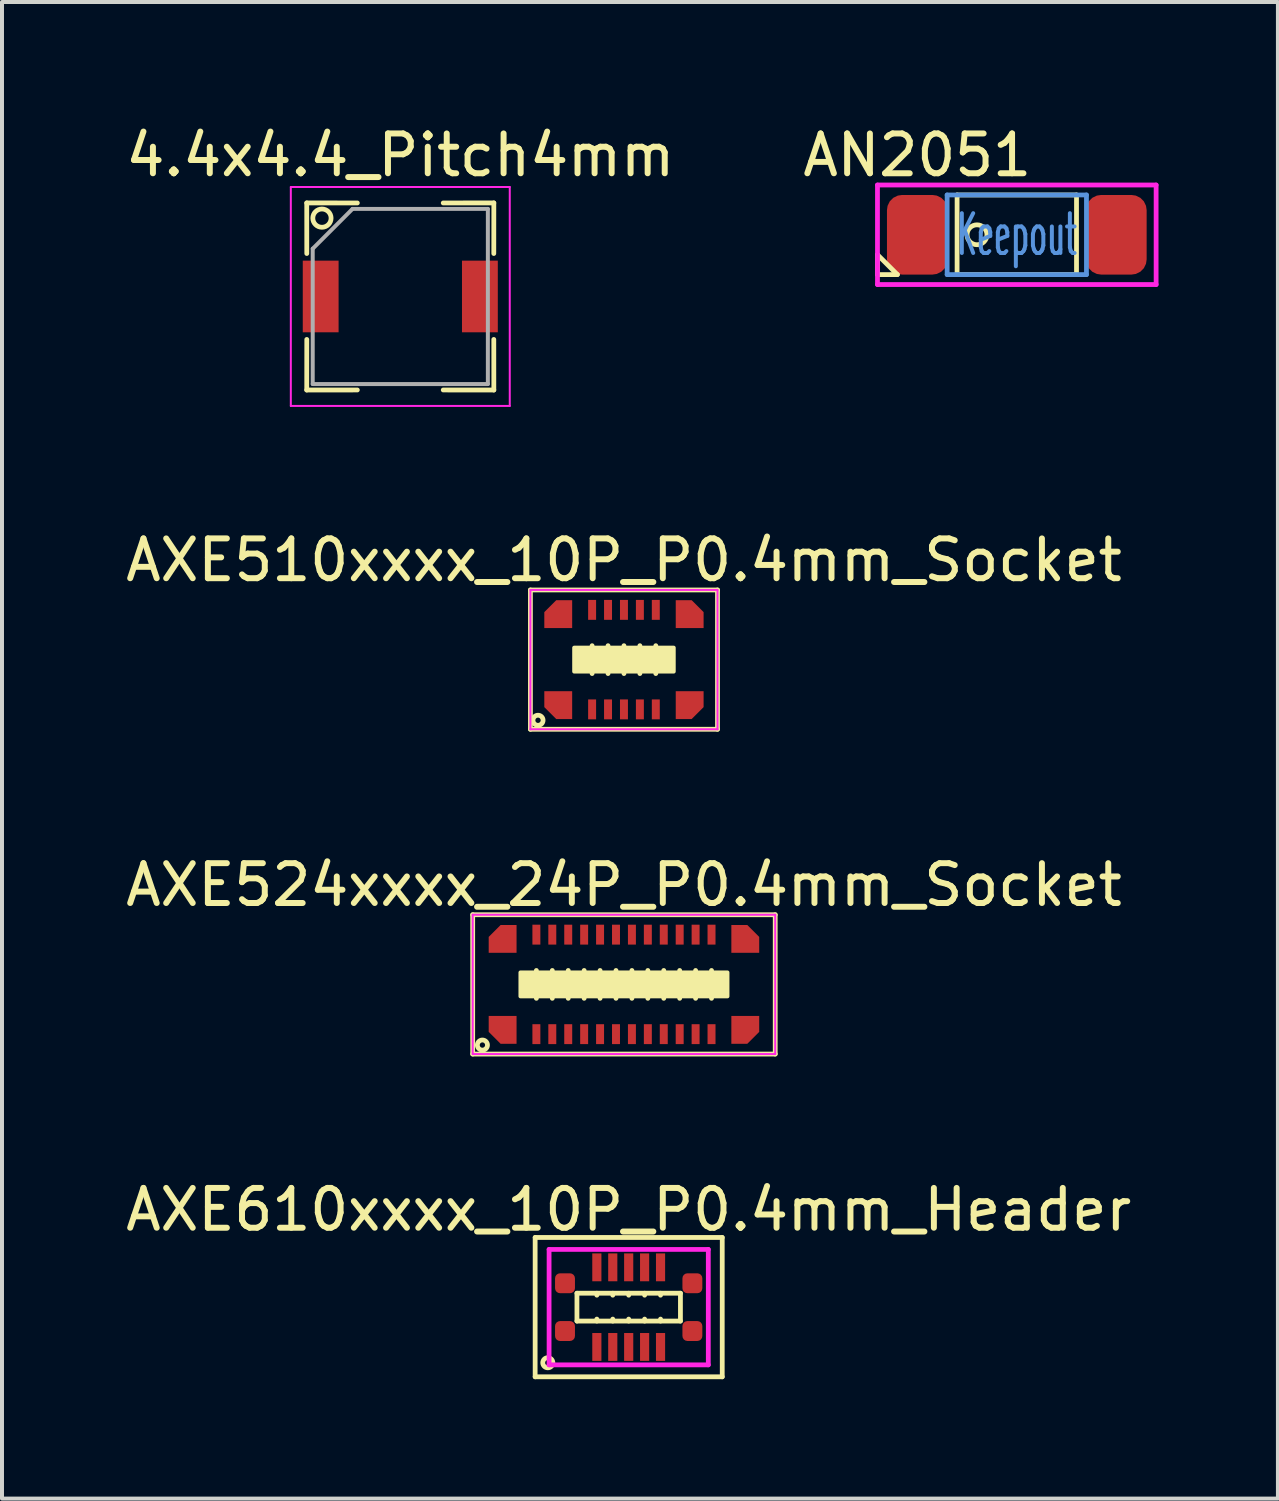
<source format=kicad_pcb>
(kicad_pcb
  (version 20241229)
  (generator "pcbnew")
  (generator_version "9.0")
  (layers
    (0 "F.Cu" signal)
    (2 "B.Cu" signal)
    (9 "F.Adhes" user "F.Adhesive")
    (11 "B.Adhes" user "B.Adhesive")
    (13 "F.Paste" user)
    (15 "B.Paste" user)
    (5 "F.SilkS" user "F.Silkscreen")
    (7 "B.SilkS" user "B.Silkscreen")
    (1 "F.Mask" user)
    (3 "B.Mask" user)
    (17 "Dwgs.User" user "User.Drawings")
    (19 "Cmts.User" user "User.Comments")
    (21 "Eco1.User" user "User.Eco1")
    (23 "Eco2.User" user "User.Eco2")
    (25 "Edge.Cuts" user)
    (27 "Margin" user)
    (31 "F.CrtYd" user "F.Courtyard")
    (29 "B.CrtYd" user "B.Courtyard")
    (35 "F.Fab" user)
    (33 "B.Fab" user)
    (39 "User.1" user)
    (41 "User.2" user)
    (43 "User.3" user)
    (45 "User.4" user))
  (footprint "AXE510xxxx_10P_P0.4mm_Socket"
    (layer "F.Cu")
    (at 12.625 13.521)
    (property "Reference" "AXE510xxxx_10P_P0.4mm_Socket" (at 0 -2.5 180) (layer "F.SilkS") (effects (font (size 1 1) (thickness 0.15))))
    (attr smd)
    (fp_line (start -2.35 -1.75) (end 2.35 -1.75) (stroke (width 0.12) (type solid)) (layer "F.SilkS"))
    (fp_line (start -2.35 1.75) (end -2.35 -1.75) (stroke (width 0.12) (type solid)) (layer "F.SilkS"))
    (fp_line (start -0.8 -0.3) (end -0.8 -0.35) (stroke (width 0.12) (type solid)) (layer "F.SilkS"))
    (fp_line (start -0.8 0.3) (end -0.8 0.35) (stroke (width 0.12) (type solid)) (layer "F.SilkS"))
    (fp_line (start -0.4 -0.3) (end -0.4 -0.35) (stroke (width 0.12) (type solid)) (layer "F.SilkS"))
    (fp_line (start -0.4 0.3) (end -0.4 0.35) (stroke (width 0.12) (type solid)) (layer "F.SilkS"))
    (fp_line (start 0 -0.3) (end 0 -0.35) (stroke (width 0.12) (type solid)) (layer "F.SilkS"))
    (fp_line (start 0 0.3) (end 0 0.35) (stroke (width 0.12) (type solid)) (layer "F.SilkS"))
    (fp_line (start 0.4 -0.3) (end 0.4 -0.35) (stroke (width 0.12) (type solid)) (layer "F.SilkS"))
    (fp_line (start 0.4 0.3) (end 0.4 0.35) (stroke (width 0.12) (type solid)) (layer "F.SilkS"))
    (fp_line (start 0.8 -0.3) (end 0.8 -0.35) (stroke (width 0.12) (type solid)) (layer "F.SilkS"))
    (fp_line (start 0.8 0.3) (end 0.8 0.35) (stroke (width 0.12) (type solid)) (layer "F.SilkS"))
    (fp_line (start 2.35 -1.75) (end 2.35 1.75) (stroke (width 0.12) (type solid)) (layer "F.SilkS"))
    (fp_line (start 2.35 1.75) (end -2.35 1.75) (stroke (width 0.12) (type solid)) (layer "F.SilkS"))
    (fp_circle (center -2.159 1.524) (end -2.159 1.651) (stroke (width 0.12) (type solid)) (fill no) (layer "F.SilkS"))
    (fp_poly (pts (xy 1.25 0.3) (xy -1.25 0.3) (xy -1.25 -0.3) (xy 1.25 -0.3)) (stroke (width 0.1) (type solid)) (fill yes) (layer "F.SilkS"))
    (fp_line (start -2.35 -1.75) (end 2.35 -1.75) (stroke (width 0.05) (type solid)) (layer "F.CrtYd"))
    (fp_line (start -2.35 1.75) (end -2.35 -1.75) (stroke (width 0.05) (type solid)) (layer "F.CrtYd"))
    (fp_line (start 2.35 -1.75) (end 2.35 1.75) (stroke (width 0.05) (type solid)) (layer "F.CrtYd"))
    (fp_line (start 2.35 1.75) (end -2.35 1.75) (stroke (width 0.05) (type solid)) (layer "F.CrtYd"))
    (pad "1" smd rect (at -0.8 1.25) (size 0.2 0.5) (layers "F.Cu" "F.Mask" "F.Paste"))
    (pad "2" smd rect (at -0.4 1.25) (size 0.2 0.5) (layers "F.Cu" "F.Mask" "F.Paste"))
    (pad "3" smd rect (at 0 1.25) (size 0.2 0.5) (layers "F.Cu" "F.Mask" "F.Paste"))
    (pad "4" smd rect (at 0.4 1.25) (size 0.2 0.5) (layers "F.Cu" "F.Mask" "F.Paste"))
    (pad "5" smd rect (at 0.8 1.25) (size 0.2 0.5) (layers "F.Cu" "F.Mask" "F.Paste"))
    (pad "6" smd rect (at 0.8 -1.25 180) (size 0.2 0.5) (layers "F.Cu" "F.Mask" "F.Paste"))
    (pad "7" smd rect (at 0.4 -1.25 180) (size 0.2 0.5) (layers "F.Cu" "F.Mask" "F.Paste"))
    (pad "8" smd rect (at 0 -1.25 180) (size 0.2 0.5) (layers "F.Cu" "F.Mask" "F.Paste"))
    (pad "9" smd rect (at -0.4 -1.25 180) (size 0.2 0.5) (layers "F.Cu" "F.Mask" "F.Paste"))
    (pad "10" smd rect (at -0.8 -1.25 180) (size 0.2 0.5) (layers "F.Cu" "F.Mask" "F.Paste"))
    (pad "MP" smd custom (at -1.651 -1.143) (size 0.1 0.1) (layers "F.Cu" "F.Mask" "F.Paste") (options (anchor rect)) (primitives (gr_poly (pts (xy -0.35 -0.05) (xy -0.35 0.35) (xy 0.35 0.35) (xy 0.35 -0.35) (xy -0.05 -0.35)) (width 0) (fill yes))))
    (pad "MP" smd custom (at -1.651 1.143 90) (size 0.1 0.1) (layers "F.Cu" "F.Mask" "F.Paste") (options (anchor rect)) (primitives (gr_poly (pts (xy -0.35 -0.05) (xy -0.35 0.35) (xy 0.35 0.35) (xy 0.35 -0.35) (xy -0.05 -0.35)) (width 0) (fill yes))))
    (pad "MP" smd custom (at 1.651 -1.143 270) (size 0.1 0.1) (layers "F.Cu" "F.Mask" "F.Paste") (options (anchor rect)) (primitives (gr_poly (pts (xy -0.35 -0.05) (xy -0.35 0.35) (xy 0.35 0.35) (xy 0.35 -0.35) (xy -0.05 -0.35)) (width 0) (fill yes))))
    (pad "MP" smd custom (at 1.651 1.143 180) (size 0.1 0.1) (layers "F.Cu" "F.Mask" "F.Paste") (options (anchor rect)) (primitives (gr_poly (pts (xy -0.35 -0.05) (xy -0.35 0.35) (xy 0.35 0.35) (xy 0.35 -0.35) (xy -0.05 -0.35)) (width 0) (fill yes)))))
  (footprint "AN2051"
    (layer "F.Cu")
    (at 19.994 2.848)
    (property "Reference" "AN2051" (at 0 -2 0) (layer "F.SilkS") (effects (font (size 1 1) (thickness 0.15))))
    (attr through_hole)
    (fp_line (start -1 0.5) (end -1 1) (stroke (width 0.12) (type solid)) (layer "F.SilkS"))
    (fp_line (start -1 1) (end -0.5 1) (stroke (width 0.12) (type solid)) (layer "F.SilkS"))
    (fp_line (start -0.5 1) (end -1 0.5) (stroke (width 0.12) (type solid)) (layer "F.SilkS"))
    (fp_line (start 1 -1) (end 4 -1) (stroke (width 0.12) (type solid)) (layer "F.SilkS"))
    (fp_line (start 1 1) (end 1 -1) (stroke (width 0.12) (type solid)) (layer "F.SilkS"))
    (fp_line (start 4 -1) (end 4 1) (stroke (width 0.12) (type solid)) (layer "F.SilkS"))
    (fp_line (start 4 1) (end 1 1) (stroke (width 0.12) (type solid)) (layer "F.SilkS"))
    (fp_circle (center 1.5 0) (end 1.25 0) (stroke (width 0.12) (type solid)) (fill no) (layer "F.SilkS"))
    (fp_line (start 0.75 -1) (end 0.75 1) (stroke (width 0.12) (type solid)) (layer "Cmts.User"))
    (fp_line (start 0.75 1) (end 4.25 1) (stroke (width 0.12) (type solid)) (layer "Cmts.User"))
    (fp_line (start 4.25 -1) (end 0.75 -1) (stroke (width 0.12) (type solid)) (layer "Cmts.User"))
    (fp_line (start 4.25 1) (end 4.25 -1) (stroke (width 0.12) (type solid)) (layer "Cmts.User"))
    (fp_line (start -1 -1.25) (end 6 -1.25) (stroke (width 0.12) (type solid)) (layer "F.CrtYd"))
    (fp_line (start -1 1.25) (end -1 -1.25) (stroke (width 0.12) (type solid)) (layer "F.CrtYd"))
    (fp_line (start 6 -1.25) (end 6 1.25) (stroke (width 0.12) (type solid)) (layer "F.CrtYd"))
    (fp_line (start 6 1.25) (end -1 1.25) (stroke (width 0.12) (type solid)) (layer "F.CrtYd"))
    (fp_text user "Keepout" (at 2.5 0 0) (layer "Cmts.User") (effects (font (size 1 0.5) (thickness 0.1))))
    (pad "1" smd roundrect (at 0 0) (size 1.524 2) (layers "F.Cu" "F.Mask" "F.Paste") (roundrect_rratio 0.25))
    (pad "2" smd roundrect (at 5 0) (size 1.524 2) (layers "F.Cu" "F.Mask" "F.Paste") (roundrect_rratio 0.25)))
  (footprint "AXE610xxxx_10P_P0.4mm_Header"
    (layer "F.Cu")
    (at 12.744 29.788)
    (property "Reference" "AXE610xxxx_10P_P0.4mm_Header" (at 0 -2.45 180) (layer "F.SilkS") (effects (font (size 1 1) (thickness 0.15))))
    (attr smd)
    (fp_line (start -2.35 -1.75) (end 2.35 -1.75) (stroke (width 0.12) (type solid)) (layer "F.SilkS"))
    (fp_line (start -2.35 1.75) (end -2.35 -1.75) (stroke (width 0.12) (type solid)) (layer "F.SilkS"))
    (fp_line (start -1.3 -0.35) (end -1.3 0.35) (stroke (width 0.12) (type solid)) (layer "F.SilkS"))
    (fp_line (start -1.3 0.35) (end 1.3 0.35) (stroke (width 0.12) (type solid)) (layer "F.SilkS"))
    (fp_line (start -0.8 -0.35) (end -0.8 -0.3) (stroke (width 0.12) (type solid)) (layer "F.SilkS"))
    (fp_line (start -0.8 0.35) (end -0.8 0.3) (stroke (width 0.12) (type solid)) (layer "F.SilkS"))
    (fp_line (start -0.4 -0.35) (end -0.4 -0.3) (stroke (width 0.12) (type solid)) (layer "F.SilkS"))
    (fp_line (start -0.4 0.35) (end -0.4 0.3) (stroke (width 0.12) (type solid)) (layer "F.SilkS"))
    (fp_line (start 0 -0.35) (end 0 -0.3) (stroke (width 0.12) (type solid)) (layer "F.SilkS"))
    (fp_line (start 0 0.35) (end 0 0.3) (stroke (width 0.12) (type solid)) (layer "F.SilkS"))
    (fp_line (start 0.4 -0.35) (end 0.4 -0.3) (stroke (width 0.12) (type solid)) (layer "F.SilkS"))
    (fp_line (start 0.4 0.35) (end 0.4 0.3) (stroke (width 0.12) (type solid)) (layer "F.SilkS"))
    (fp_line (start 0.8 -0.35) (end 0.8 -0.3) (stroke (width 0.12) (type solid)) (layer "F.SilkS"))
    (fp_line (start 0.8 0.35) (end 0.8 0.3) (stroke (width 0.12) (type solid)) (layer "F.SilkS"))
    (fp_line (start 1.3 -0.35) (end -1.3 -0.35) (stroke (width 0.12) (type solid)) (layer "F.SilkS"))
    (fp_line (start 1.3 0.35) (end 1.3 -0.35) (stroke (width 0.12) (type solid)) (layer "F.SilkS"))
    (fp_line (start 2.35 -1.75) (end 2.35 1.75) (stroke (width 0.12) (type solid)) (layer "F.SilkS"))
    (fp_line (start 2.35 1.75) (end -2.35 1.75) (stroke (width 0.12) (type solid)) (layer "F.SilkS"))
    (fp_circle (center -2.032 1.397) (end -1.905 1.397) (stroke (width 0.12) (type solid)) (fill no) (layer "F.SilkS"))
    (fp_line (start -2 -1.45) (end 2 -1.45) (stroke (width 0.12) (type solid)) (layer "F.CrtYd"))
    (fp_line (start -2 1.45) (end -2 -1.45) (stroke (width 0.12) (type solid)) (layer "F.CrtYd"))
    (fp_line (start 2 -1.45) (end 2 1.45) (stroke (width 0.12) (type solid)) (layer "F.CrtYd"))
    (fp_line (start 2 1.45) (end -2 1.45) (stroke (width 0.12) (type solid)) (layer "F.CrtYd"))
    (pad "1" smd rect (at -0.8 1) (size 0.23 0.7) (layers "F.Cu" "F.Mask" "F.Paste"))
    (pad "2" smd rect (at -0.4 1) (size 0.23 0.7) (layers "F.Cu" "F.Mask" "F.Paste"))
    (pad "3" smd rect (at 0 1) (size 0.23 0.7) (layers "F.Cu" "F.Mask" "F.Paste"))
    (pad "4" smd rect (at 0.4 1) (size 0.23 0.7) (layers "F.Cu" "F.Mask" "F.Paste"))
    (pad "5" smd rect (at 0.8 1) (size 0.23 0.7) (layers "F.Cu" "F.Mask" "F.Paste"))
    (pad "6" smd rect (at 0.8 -1 180) (size 0.23 0.7) (layers "F.Cu" "F.Mask" "F.Paste"))
    (pad "7" smd rect (at 0.4 -1 180) (size 0.23 0.7) (layers "F.Cu" "F.Mask" "F.Paste"))
    (pad "8" smd rect (at 0 -1 180) (size 0.23 0.7) (layers "F.Cu" "F.Mask" "F.Paste"))
    (pad "9" smd rect (at -0.4 -1 180) (size 0.23 0.7) (layers "F.Cu" "F.Mask" "F.Paste"))
    (pad "10" smd rect (at -0.8 -1 180) (size 0.23 0.7) (layers "F.Cu" "F.Mask" "F.Paste"))
    (pad "MP" smd roundrect (at -1.6 -0.6) (size 0.5 0.5) (layers "F.Cu" "F.Mask" "F.Paste") (roundrect_rratio 0.25))
    (pad "MP" smd roundrect (at -1.6 0.6) (size 0.5 0.5) (layers "F.Cu" "F.Mask" "F.Paste") (roundrect_rratio 0.25))
    (pad "MP" smd roundrect (at 1.6 -0.6) (size 0.5 0.5) (layers "F.Cu" "F.Mask" "F.Paste") (roundrect_rratio 0.25))
    (pad "MP" smd roundrect (at 1.6 0.6) (size 0.5 0.5) (layers "F.Cu" "F.Mask" "F.Paste") (roundrect_rratio 0.25)))
  (footprint "4.4x4.4_Pitch4mm"
    (layer "F.Cu")
    (at 7.006 4.398)
    (property "Reference" "4.4x4.4_Pitch4mm" (at 0 -3.55 0) (layer "F.SilkS") (effects (font (size 1 1) (thickness 0.15))))
    (attr smd)
    (fp_line (start -2.35 -2.35) (end -1.079 -2.349) (stroke (width 0.12) (type solid)) (layer "F.SilkS"))
    (fp_line (start -2.35 2.35) (end -2.349 1.079) (stroke (width 0.12) (type solid)) (layer "F.SilkS"))
    (fp_line (start -2.349 -1.079) (end -2.35 -2.35) (stroke (width 0.12) (type solid)) (layer "F.SilkS"))
    (fp_line (start -1.079 2.349) (end -2.35 2.35) (stroke (width 0.12) (type solid)) (layer "F.SilkS"))
    (fp_line (start 1.079 -2.349) (end 2.35 -2.35) (stroke (width 0.12) (type solid)) (layer "F.SilkS"))
    (fp_line (start 2.349 1.079) (end 2.35 2.35) (stroke (width 0.12) (type solid)) (layer "F.SilkS"))
    (fp_line (start 2.35 -2.35) (end 2.349 -1.079) (stroke (width 0.12) (type solid)) (layer "F.SilkS"))
    (fp_line (start 2.35 2.35) (end 1.079 2.349) (stroke (width 0.12) (type solid)) (layer "F.SilkS"))
    (fp_circle (center -1.968 -1.968) (end -2.159 -2.095) (stroke (width 0.12) (type solid)) (fill no) (layer "F.SilkS"))
    (fp_line (start -2.75 -2.75) (end 2.75 -2.75) (stroke (width 0.05) (type solid)) (layer "F.CrtYd"))
    (fp_line (start -2.75 2.75) (end -2.75 -2.75) (stroke (width 0.05) (type solid)) (layer "F.CrtYd"))
    (fp_line (start 2.75 -2.75) (end 2.75 2.75) (stroke (width 0.05) (type solid)) (layer "F.CrtYd"))
    (fp_line (start 2.75 2.75) (end -2.75 2.75) (stroke (width 0.05) (type solid)) (layer "F.CrtYd"))
    (fp_line (start -2.2 -1.2) (end -2.2 2.2) (stroke (width 0.1) (type solid)) (layer "F.Fab"))
    (fp_line (start -2.2 2.2) (end 2.2 2.2) (stroke (width 0.1) (type solid)) (layer "F.Fab"))
    (fp_line (start -1.2 -2.2) (end -2.2 -1.2) (stroke (width 0.1) (type solid)) (layer "F.Fab"))
    (fp_line (start 2.2 -2.2) (end -1.2 -2.2) (stroke (width 0.1) (type solid)) (layer "F.Fab"))
    (fp_line (start 2.2 2.2) (end 2.2 -2.2) (stroke (width 0.1) (type solid)) (layer "F.Fab"))
    (pad "1" smd rect (at -2 0 90) (size 1.8 0.9) (layers "F.Cu" "F.Mask" "F.Paste"))
    (pad "2" smd rect (at 2 0 90) (size 1.8 0.9) (layers "F.Cu" "F.Mask" "F.Paste")))
  (footprint "AXE524xxxx_24P_P0.4mm_Socket"
    (layer "F.Cu")
    (at 12.625 21.68)
    (property "Reference" "AXE524xxxx_24P_P0.4mm_Socket" (at 0 -2.5 180) (layer "F.SilkS") (effects (font (size 1 1) (thickness 0.15))))
    (attr smd)
    (fp_line (start -3.8 -1.75) (end 3.8 -1.75) (stroke (width 0.12) (type solid)) (layer "F.SilkS"))
    (fp_line (start -3.8 1.75) (end -3.8 -1.75) (stroke (width 0.12) (type solid)) (layer "F.SilkS"))
    (fp_line (start -2.2 -0.3) (end -2.2 -0.35) (stroke (width 0.12) (type solid)) (layer "F.SilkS"))
    (fp_line (start -2.2 0.3) (end -2.2 0.35) (stroke (width 0.12) (type solid)) (layer "F.SilkS"))
    (fp_line (start -1.8 -0.3) (end -1.8 -0.35) (stroke (width 0.12) (type solid)) (layer "F.SilkS"))
    (fp_line (start -1.8 0.3) (end -1.8 0.35) (stroke (width 0.12) (type solid)) (layer "F.SilkS"))
    (fp_line (start -1.4 -0.3) (end -1.4 -0.35) (stroke (width 0.12) (type solid)) (layer "F.SilkS"))
    (fp_line (start -1.4 0.3) (end -1.4 0.35) (stroke (width 0.12) (type solid)) (layer "F.SilkS"))
    (fp_line (start -1 -0.3) (end -1 -0.35) (stroke (width 0.12) (type solid)) (layer "F.SilkS"))
    (fp_line (start -1 0.3) (end -1 0.35) (stroke (width 0.12) (type solid)) (layer "F.SilkS"))
    (fp_line (start -0.6 -0.3) (end -0.6 -0.35) (stroke (width 0.12) (type solid)) (layer "F.SilkS"))
    (fp_line (start -0.6 0.3) (end -0.6 0.35) (stroke (width 0.12) (type solid)) (layer "F.SilkS"))
    (fp_line (start -0.2 -0.3) (end -0.2 -0.35) (stroke (width 0.12) (type solid)) (layer "F.SilkS"))
    (fp_line (start -0.2 0.3) (end -0.2 0.35) (stroke (width 0.12) (type solid)) (layer "F.SilkS"))
    (fp_line (start 0.2 -0.3) (end 0.2 -0.35) (stroke (width 0.12) (type solid)) (layer "F.SilkS"))
    (fp_line (start 0.2 0.3) (end 0.2 0.35) (stroke (width 0.12) (type solid)) (layer "F.SilkS"))
    (fp_line (start 0.6 -0.3) (end 0.6 -0.35) (stroke (width 0.12) (type solid)) (layer "F.SilkS"))
    (fp_line (start 0.6 0.3) (end 0.6 0.35) (stroke (width 0.12) (type solid)) (layer "F.SilkS"))
    (fp_line (start 1 -0.3) (end 1 -0.35) (stroke (width 0.12) (type solid)) (layer "F.SilkS"))
    (fp_line (start 1 0.3) (end 1 0.35) (stroke (width 0.12) (type solid)) (layer "F.SilkS"))
    (fp_line (start 1.4 -0.3) (end 1.4 -0.35) (stroke (width 0.12) (type solid)) (layer "F.SilkS"))
    (fp_line (start 1.4 0.3) (end 1.4 0.35) (stroke (width 0.12) (type solid)) (layer "F.SilkS"))
    (fp_line (start 1.8 -0.3) (end 1.8 -0.35) (stroke (width 0.12) (type solid)) (layer "F.SilkS"))
    (fp_line (start 1.8 0.3) (end 1.8 0.35) (stroke (width 0.12) (type solid)) (layer "F.SilkS"))
    (fp_line (start 2.2 -0.3) (end 2.2 -0.35) (stroke (width 0.12) (type solid)) (layer "F.SilkS"))
    (fp_line (start 2.2 0.3) (end 2.2 0.35) (stroke (width 0.12) (type solid)) (layer "F.SilkS"))
    (fp_line (start 3.8 -1.75) (end 3.8 1.75) (stroke (width 0.12) (type solid)) (layer "F.SilkS"))
    (fp_line (start 3.8 1.75) (end -3.8 1.75) (stroke (width 0.12) (type solid)) (layer "F.SilkS"))
    (fp_circle (center -3.556 1.524) (end -3.556 1.651) (stroke (width 0.12) (type solid)) (fill no) (layer "F.SilkS"))
    (fp_poly (pts (xy 2.6 0.3) (xy -2.6 0.3) (xy -2.6 -0.3) (xy 2.6 -0.3)) (stroke (width 0.1) (type solid)) (fill yes) (layer "F.SilkS"))
    (fp_line (start -3.8 -1.75) (end 3.8 -1.75) (stroke (width 0.05) (type solid)) (layer "F.CrtYd"))
    (fp_line (start -3.8 1.75) (end -3.8 -1.75) (stroke (width 0.05) (type solid)) (layer "F.CrtYd"))
    (fp_line (start 3.8 -1.75) (end 3.8 1.75) (stroke (width 0.05) (type solid)) (layer "F.CrtYd"))
    (fp_line (start 3.8 1.75) (end -3.8 1.75) (stroke (width 0.05) (type solid)) (layer "F.CrtYd"))
    (pad "1" smd rect (at -2.2 1.25) (size 0.2 0.5) (layers "F.Cu" "F.Mask" "F.Paste"))
    (pad "2" smd rect (at -1.8 1.25) (size 0.2 0.5) (layers "F.Cu" "F.Mask" "F.Paste"))
    (pad "3" smd rect (at -1.4 1.25) (size 0.2 0.5) (layers "F.Cu" "F.Mask" "F.Paste"))
    (pad "4" smd rect (at -1 1.25) (size 0.2 0.5) (layers "F.Cu" "F.Mask" "F.Paste"))
    (pad "5" smd rect (at -0.6 1.25) (size 0.2 0.5) (layers "F.Cu" "F.Mask" "F.Paste"))
    (pad "6" smd rect (at -0.2 1.25) (size 0.2 0.5) (layers "F.Cu" "F.Mask" "F.Paste"))
    (pad "7" smd rect (at 0.2 1.25) (size 0.2 0.5) (layers "F.Cu" "F.Mask" "F.Paste"))
    (pad "8" smd rect (at 0.6 1.25) (size 0.2 0.5) (layers "F.Cu" "F.Mask" "F.Paste"))
    (pad "9" smd rect (at 1 1.25) (size 0.2 0.5) (layers "F.Cu" "F.Mask" "F.Paste"))
    (pad "10" smd rect (at 1.4 1.25) (size 0.2 0.5) (layers "F.Cu" "F.Mask" "F.Paste"))
    (pad "11" smd rect (at 1.8 1.25) (size 0.2 0.5) (layers "F.Cu" "F.Mask" "F.Paste"))
    (pad "12" smd rect (at 2.2 1.25) (size 0.2 0.5) (layers "F.Cu" "F.Mask" "F.Paste"))
    (pad "13" smd rect (at 2.2 -1.25) (size 0.2 0.5) (layers "F.Cu" "F.Mask" "F.Paste"))
    (pad "14" smd rect (at 1.8 -1.25) (size 0.2 0.5) (layers "F.Cu" "F.Mask" "F.Paste"))
    (pad "15" smd rect (at 1.4 -1.25) (size 0.2 0.5) (layers "F.Cu" "F.Mask" "F.Paste"))
    (pad "16" smd rect (at 1 -1.25) (size 0.2 0.5) (layers "F.Cu" "F.Mask" "F.Paste"))
    (pad "17" smd rect (at 0.6 -1.25) (size 0.2 0.5) (layers "F.Cu" "F.Mask" "F.Paste"))
    (pad "18" smd rect (at 0.2 -1.25) (size 0.2 0.5) (layers "F.Cu" "F.Mask" "F.Paste"))
    (pad "19" smd rect (at -0.2 -1.25) (size 0.2 0.5) (layers "F.Cu" "F.Mask" "F.Paste"))
    (pad "20" smd rect (at -0.6 -1.25) (size 0.2 0.5) (layers "F.Cu" "F.Mask" "F.Paste"))
    (pad "21" smd rect (at -1 -1.25) (size 0.2 0.5) (layers "F.Cu" "F.Mask" "F.Paste"))
    (pad "22" smd rect (at -1.4 -1.25) (size 0.2 0.5) (layers "F.Cu" "F.Mask" "F.Paste"))
    (pad "23" smd rect (at -1.8 -1.25) (size 0.2 0.5) (layers "F.Cu" "F.Mask" "F.Paste"))
    (pad "24" smd rect (at -2.2 -1.25) (size 0.2 0.5) (layers "F.Cu" "F.Mask" "F.Paste"))
    (pad "MP" smd custom (at -3.048 -1.143) (size 0.1 0.1) (layers "F.Cu" "F.Mask" "F.Paste") (options (anchor rect)) (primitives (gr_poly (pts (xy -0.35 -0.05) (xy -0.35 0.35) (xy 0.35 0.35) (xy 0.35 -0.35) (xy -0.05 -0.35)) (width 0) (fill yes))))
    (pad "MP" smd custom (at -3.048 1.143 90) (size 0.1 0.1) (layers "F.Cu" "F.Mask" "F.Paste") (options (anchor rect)) (primitives (gr_poly (pts (xy -0.35 -0.05) (xy -0.35 0.35) (xy 0.35 0.35) (xy 0.35 -0.35) (xy -0.05 -0.35)) (width 0) (fill yes))))
    (pad "MP" smd custom (at 3.048 -1.143 270) (size 0.1 0.1) (layers "F.Cu" "F.Mask" "F.Paste") (options (anchor rect)) (primitives (gr_poly (pts (xy -0.35 -0.05) (xy -0.35 0.35) (xy 0.35 0.35) (xy 0.35 -0.35) (xy -0.05 -0.35)) (width 0) (fill yes))))
    (pad "MP" smd custom (at 3.048 1.143 180) (size 0.1 0.1) (layers "F.Cu" "F.Mask" "F.Paste") (options (anchor rect)) (primitives (gr_poly (pts (xy -0.35 -0.05) (xy -0.35 0.35) (xy 0.35 0.35) (xy 0.35 -0.35) (xy -0.05 -0.35)) (width 0) (fill yes)))))
  (gr_rect
    (start -3 -3)
    (end 29.054 34.598)
    (stroke (width 0.1) (type default))
    (fill no)
    (layer "Edge.Cuts")))
</source>
